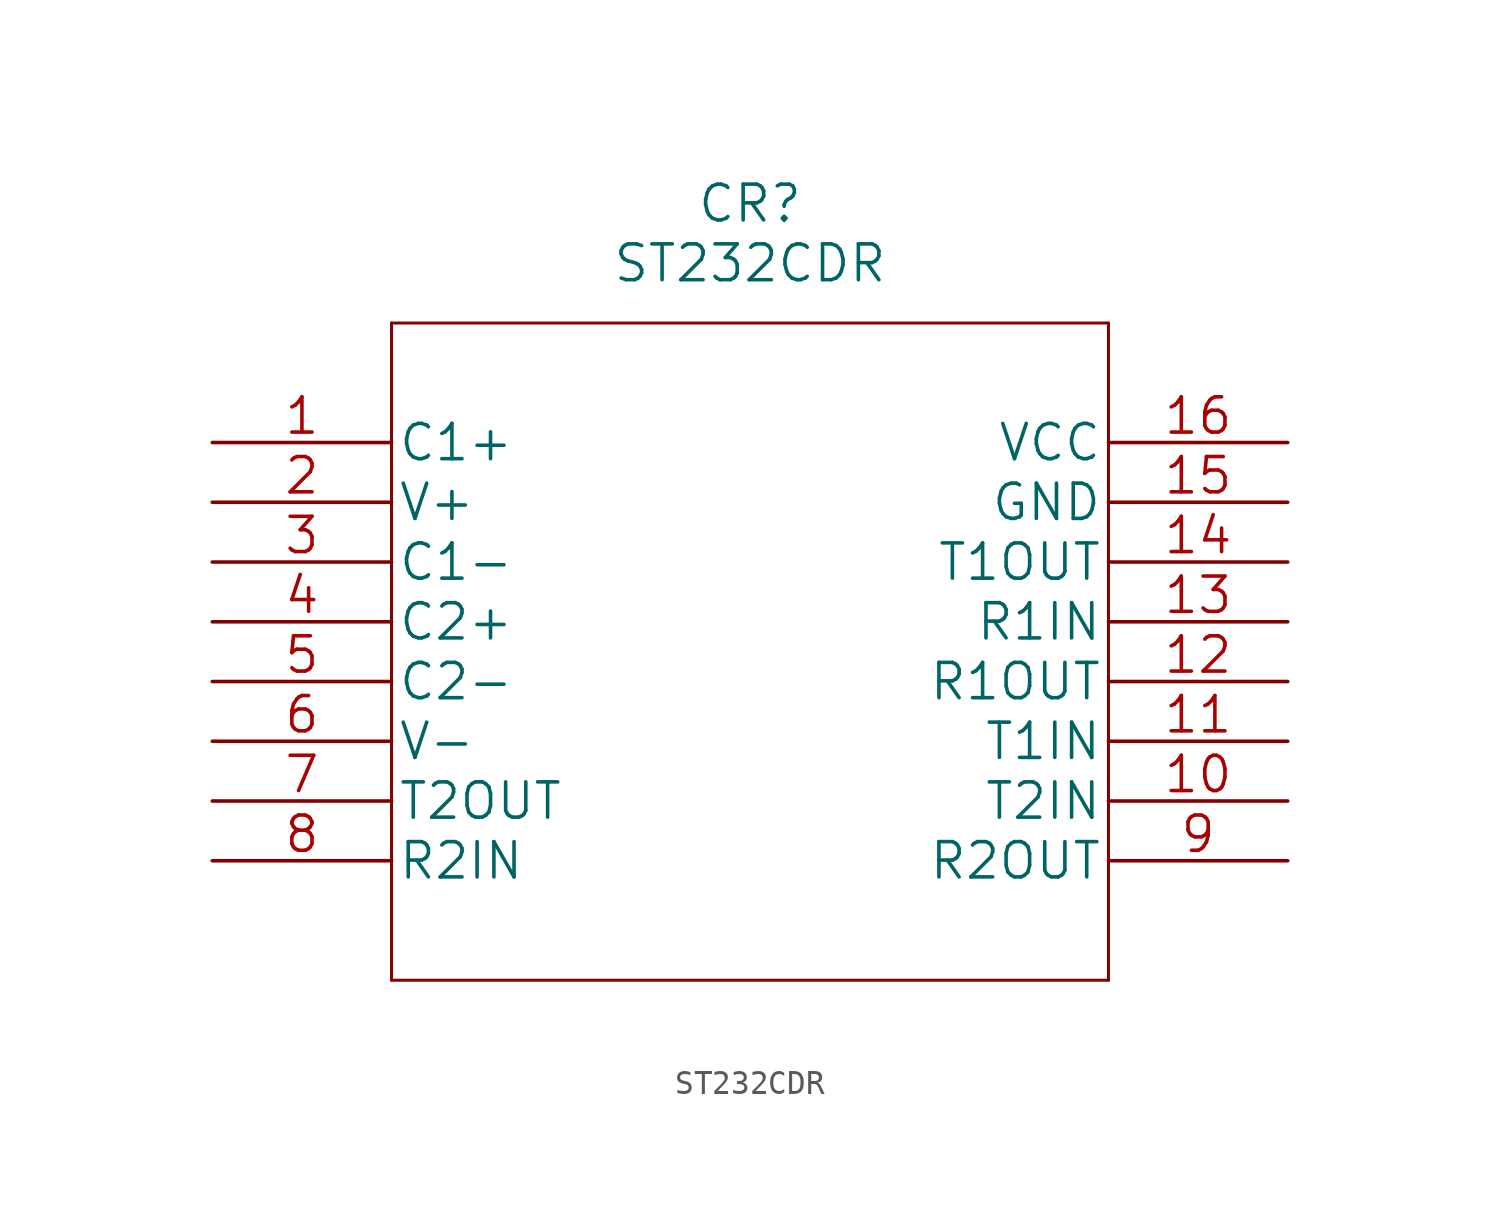
<source format=kicad_sym>
(kicad_symbol_lib
  (version 20211014)
  (generator kicad_symbol_editor)
  (symbol "ST232CDR"
    (pin_names
      (offset 0.254))
    (property "Reference" "CR"
      (at 22.86 10.16 0)
      (effects (font (size 1.524 1.524))))
    (property "Value" "ST232CDR"
      (at 22.86 7.62 0)
      (effects (font (size 1.524 1.524))))
    (property "Datasheet" ""
      (at 0 0 0)
      (effects (font (size 1.524 1.524))))
    (property "ki_locked" ""
      (at 0 0 0)
      (effects (font (size 1.27 1.27))))
    (symbol "ST232CDR_1_1"
      (polyline (pts (xy 7.62 -22.86) (xy 38.1 -22.86)) (stroke (width 0.127) (type default) (color 0 0 0 0)) (fill (type none)))
      (polyline (pts (xy 7.62 5.08) (xy 7.62 -22.86)) (stroke (width 0.127) (type default) (color 0 0 0 0)) (fill (type none)))
      (polyline (pts (xy 38.1 -22.86) (xy 38.1 5.08)) (stroke (width 0.127) (type default) (color 0 0 0 0)) (fill (type none)))
      (polyline (pts (xy 38.1 5.08) (xy 7.62 5.08)) (stroke (width 0.127) (type default) (color 0 0 0 0)) (fill (type none)))
      (pin unspecified line (at 0 0 0) (length 7.62) (name "C1+" (effects (font (size 1.499 1.499)))) (number "1" (effects (font (size 1.499 1.499)))))
      (pin input line (at 45.72 -15.24 180) (length 7.62) (name "T2IN" (effects (font (size 1.499 1.499)))) (number "10" (effects (font (size 1.499 1.499)))))
      (pin input line (at 45.72 -12.7 180) (length 7.62) (name "T1IN" (effects (font (size 1.499 1.499)))) (number "11" (effects (font (size 1.499 1.499)))))
      (pin output line (at 45.72 -10.16 180) (length 7.62) (name "R1OUT" (effects (font (size 1.499 1.499)))) (number "12" (effects (font (size 1.499 1.499)))))
      (pin input line (at 45.72 -7.62 180) (length 7.62) (name "R1IN" (effects (font (size 1.499 1.499)))) (number "13" (effects (font (size 1.499 1.499)))))
      (pin output line (at 45.72 -5.08 180) (length 7.62) (name "T1OUT" (effects (font (size 1.499 1.499)))) (number "14" (effects (font (size 1.499 1.499)))))
      (pin power_in line (at 45.72 -2.54 180) (length 7.62) (name "GND" (effects (font (size 1.499 1.499)))) (number "15" (effects (font (size 1.499 1.499)))))
      (pin power_in line (at 45.72 0 180) (length 7.62) (name "VCC" (effects (font (size 1.499 1.499)))) (number "16" (effects (font (size 1.499 1.499)))))
      (pin unspecified line (at 0 -2.54 0) (length 7.62) (name "V+" (effects (font (size 1.499 1.499)))) (number "2" (effects (font (size 1.499 1.499)))))
      (pin unspecified line (at 0 -5.08 0) (length 7.62) (name "C1-" (effects (font (size 1.499 1.499)))) (number "3" (effects (font (size 1.499 1.499)))))
      (pin unspecified line (at 0 -7.62 0) (length 7.62) (name "C2+" (effects (font (size 1.499 1.499)))) (number "4" (effects (font (size 1.499 1.499)))))
      (pin unspecified line (at 0 -10.16 0) (length 7.62) (name "C2-" (effects (font (size 1.499 1.499)))) (number "5" (effects (font (size 1.499 1.499)))))
      (pin unspecified line (at 0 -12.7 0) (length 7.62) (name "V-" (effects (font (size 1.499 1.499)))) (number "6" (effects (font (size 1.499 1.499)))))
      (pin output line (at 0 -15.24 0) (length 7.62) (name "T2OUT" (effects (font (size 1.499 1.499)))) (number "7" (effects (font (size 1.499 1.499)))))
      (pin input line (at 0 -17.78 0) (length 7.62) (name "R2IN" (effects (font (size 1.499 1.499)))) (number "8" (effects (font (size 1.499 1.499)))))
      (pin output line (at 45.72 -17.78 180) (length 7.62) (name "R2OUT" (effects (font (size 1.499 1.499)))) (number "9" (effects (font (size 1.499 1.499))))))))
</source>
